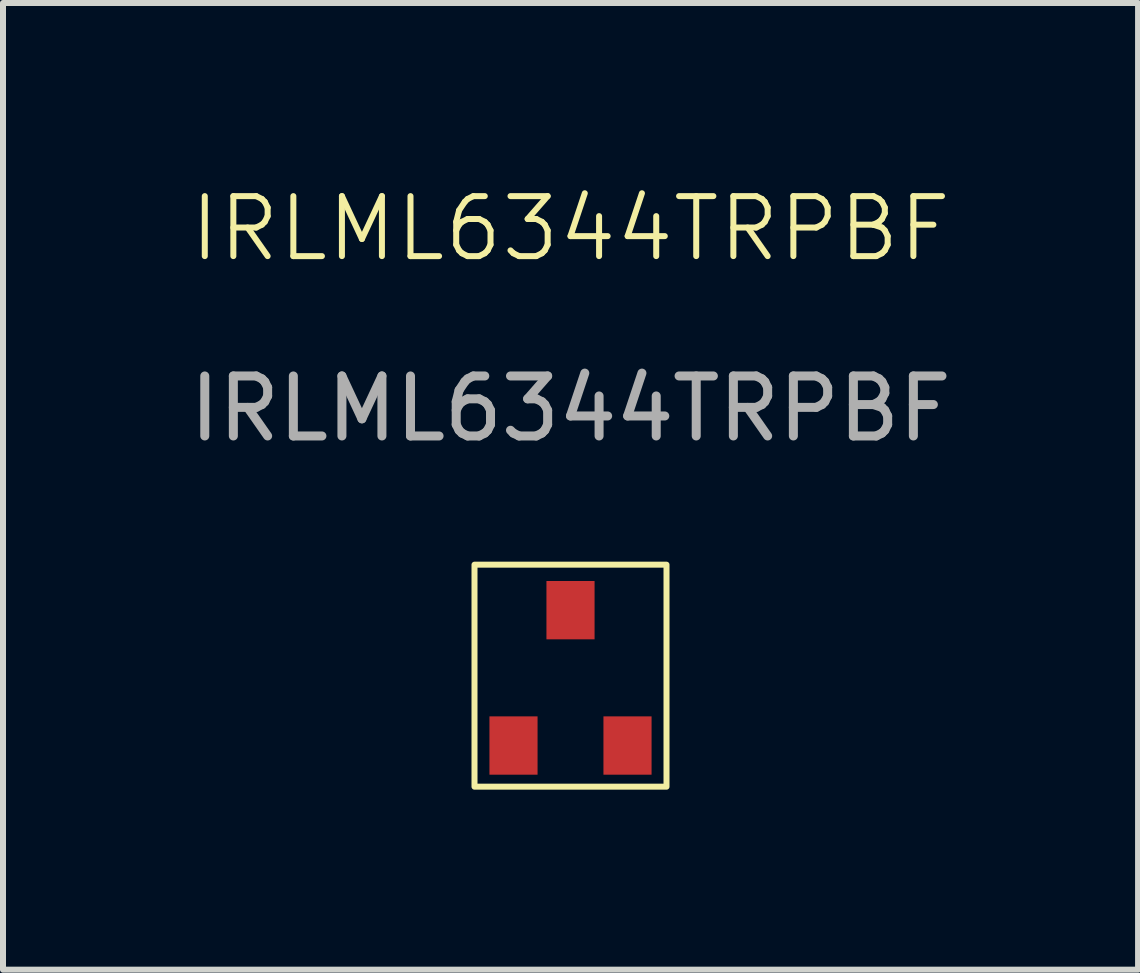
<source format=kicad_pcb>
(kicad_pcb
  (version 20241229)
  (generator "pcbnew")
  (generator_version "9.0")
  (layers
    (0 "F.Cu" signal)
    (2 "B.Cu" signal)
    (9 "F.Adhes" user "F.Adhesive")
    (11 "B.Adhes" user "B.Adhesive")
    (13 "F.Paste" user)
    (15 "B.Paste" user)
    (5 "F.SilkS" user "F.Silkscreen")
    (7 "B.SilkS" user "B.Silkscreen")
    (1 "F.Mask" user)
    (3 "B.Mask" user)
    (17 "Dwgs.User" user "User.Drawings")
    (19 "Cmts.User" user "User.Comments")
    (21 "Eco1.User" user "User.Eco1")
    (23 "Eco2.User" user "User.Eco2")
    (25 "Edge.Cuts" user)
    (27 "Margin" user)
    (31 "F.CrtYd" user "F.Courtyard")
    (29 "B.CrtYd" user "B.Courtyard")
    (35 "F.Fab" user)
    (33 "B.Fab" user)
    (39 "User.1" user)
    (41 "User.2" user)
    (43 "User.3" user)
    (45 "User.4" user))
  (footprint "IRLML6344TRPBF"
    (layer "F.Cu")
    (at 6.458 9.861)
    (property "Reference" "IRLML6344TRPBF" (at 0 -9.1 0) (unlocked yes) (layer "F.SilkS") (effects (font (size 1 1) (thickness 0.1))))
    (attr smd)
    (fp_rect (start -1.6 -3.5) (end 1.6 0.2) (stroke (width 0.1) (type default)) (fill no) (layer "F.SilkS"))
    (fp_text user "${REFERENCE}" (at 0 -6.1 0) (unlocked yes) (layer "F.Fab") (effects (font (size 1 1) (thickness 0.15))))
    (pad "1" smd rect (at -0.95 -0.486) (size 0.802 0.972) (layers "F.Cu" "F.Mask" "F.Paste"))
    (pad "2" smd rect (at 0.95 -0.486) (size 0.802 0.972) (layers "F.Cu" "F.Mask" "F.Paste"))
    (pad "3" smd rect (at 0 -2.742) (size 0.802 0.972) (layers "F.Cu" "F.Mask" "F.Paste")))
  (gr_rect
    (start -3 -3)
    (end 15.917 13.111)
    (stroke (width 0.1) (type default))
    (fill no)
    (layer "Edge.Cuts")))
</source>
